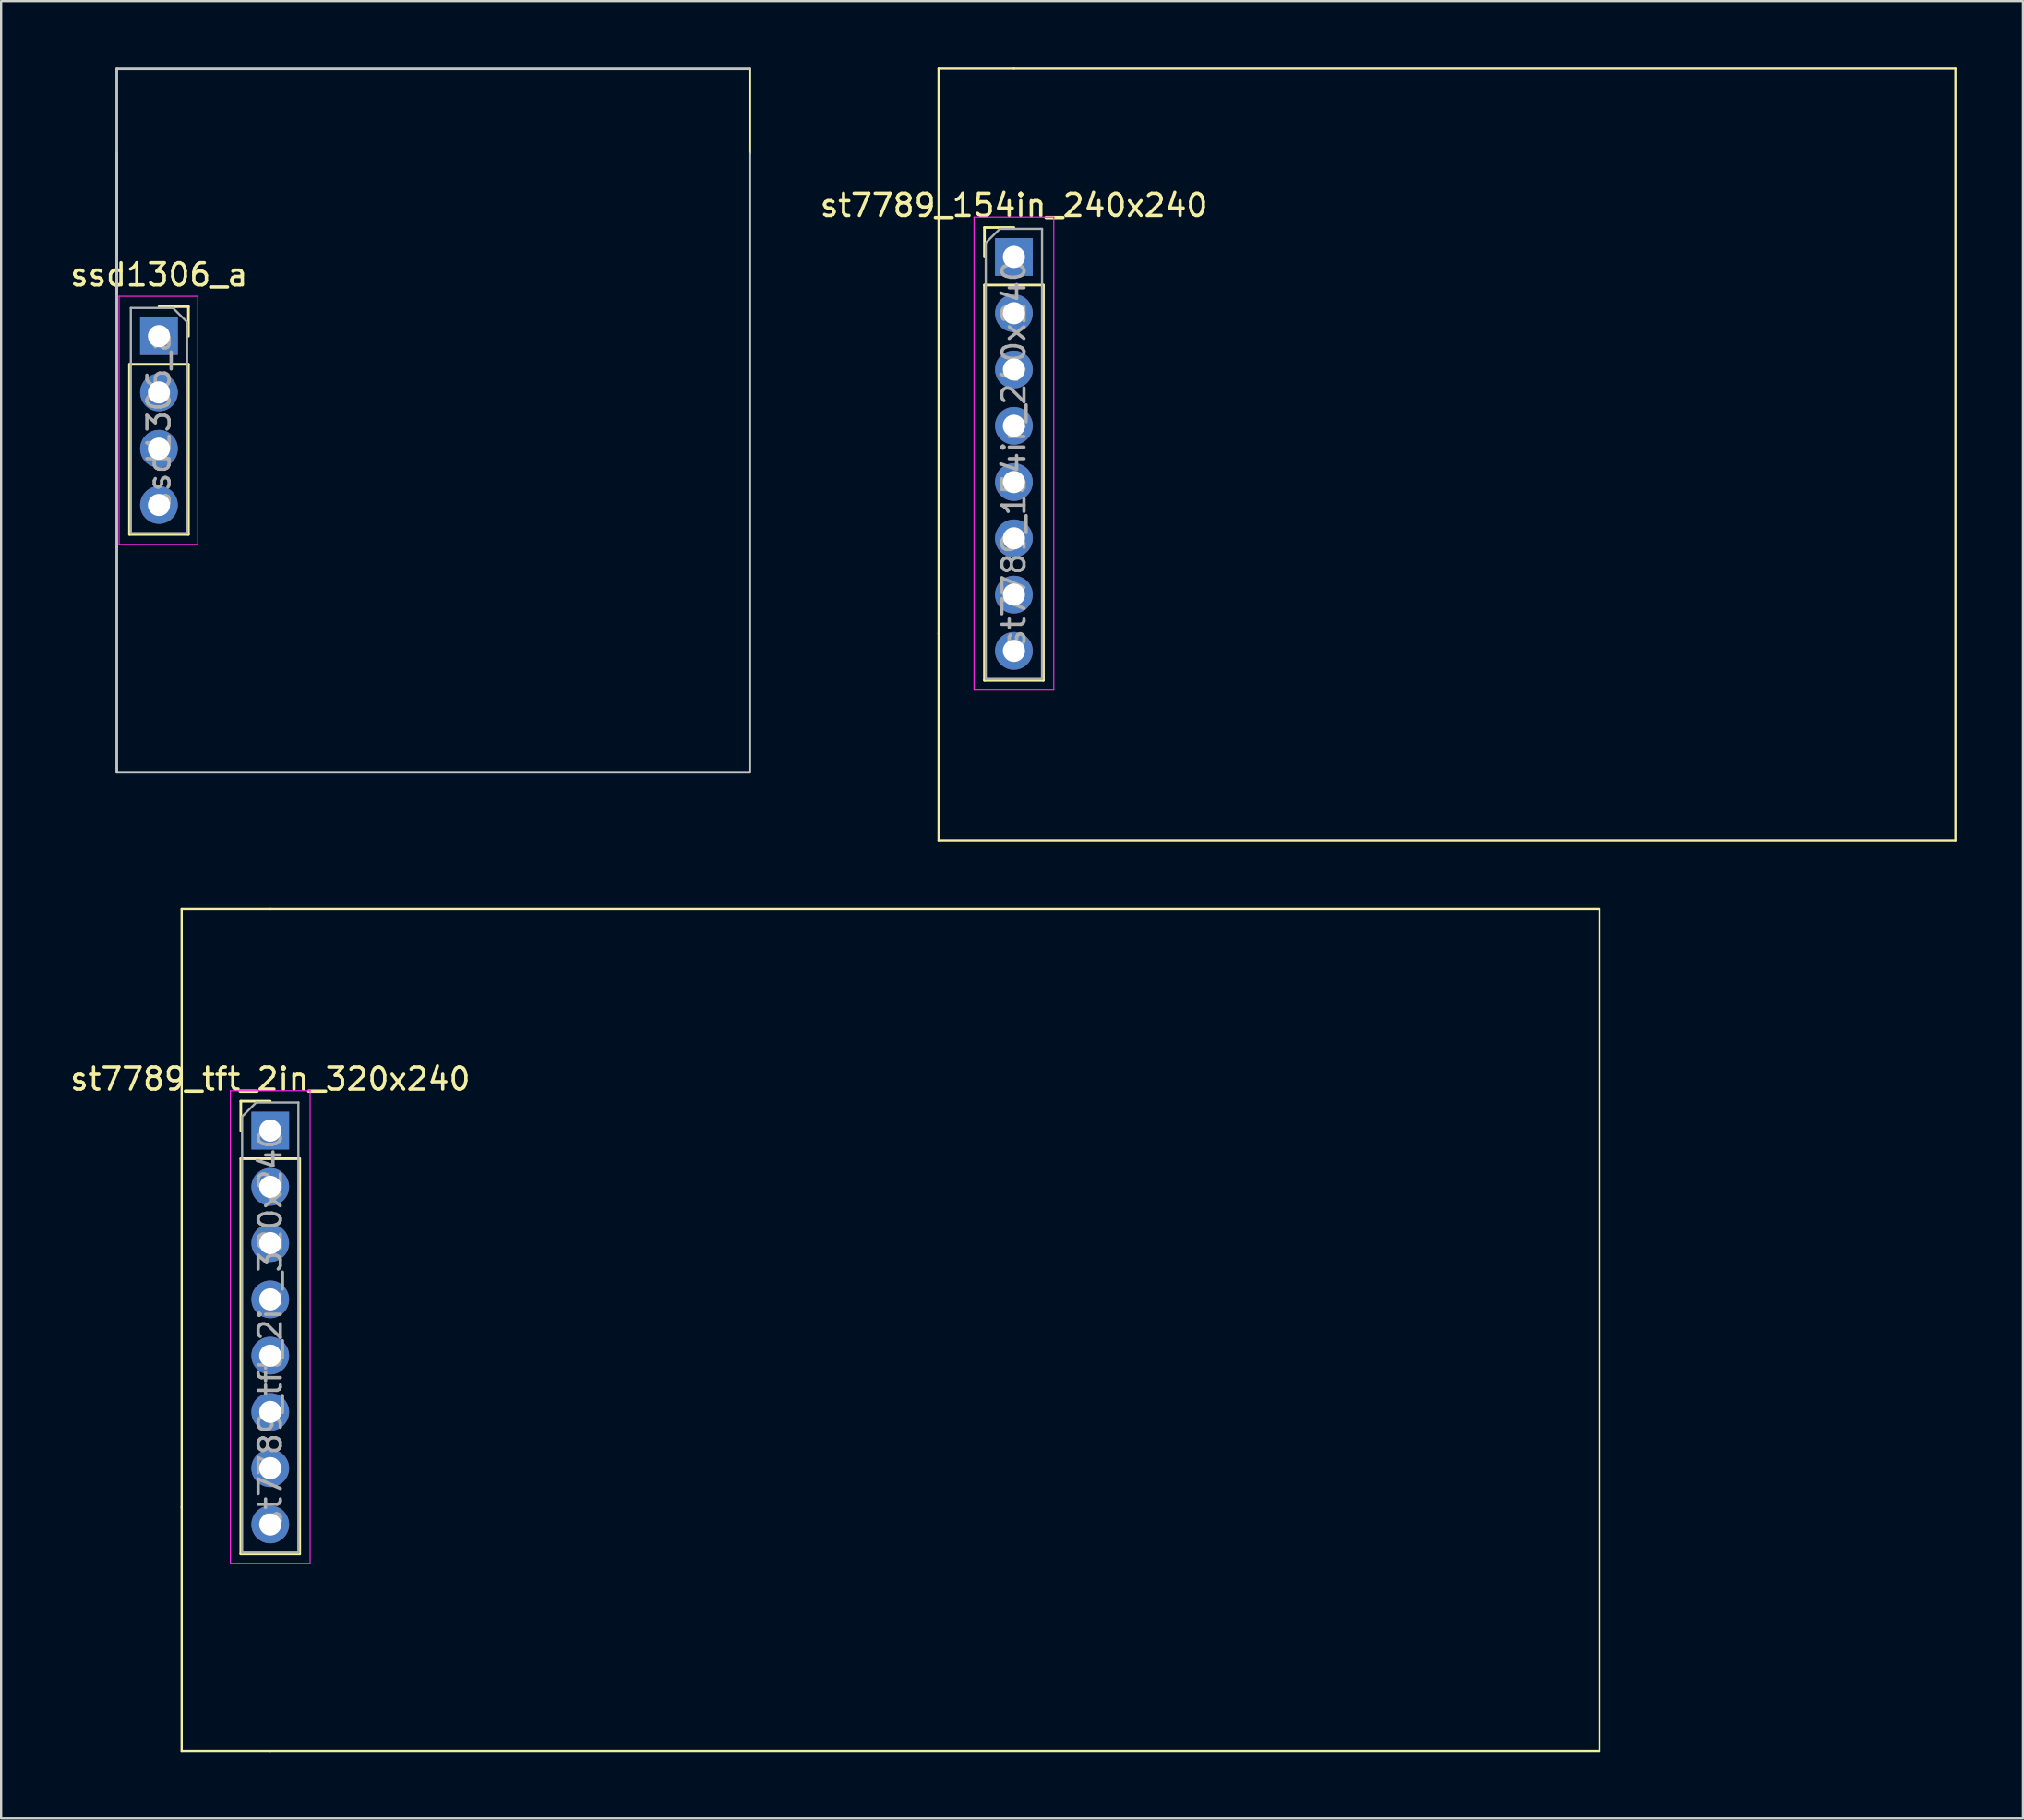
<source format=kicad_pcb>
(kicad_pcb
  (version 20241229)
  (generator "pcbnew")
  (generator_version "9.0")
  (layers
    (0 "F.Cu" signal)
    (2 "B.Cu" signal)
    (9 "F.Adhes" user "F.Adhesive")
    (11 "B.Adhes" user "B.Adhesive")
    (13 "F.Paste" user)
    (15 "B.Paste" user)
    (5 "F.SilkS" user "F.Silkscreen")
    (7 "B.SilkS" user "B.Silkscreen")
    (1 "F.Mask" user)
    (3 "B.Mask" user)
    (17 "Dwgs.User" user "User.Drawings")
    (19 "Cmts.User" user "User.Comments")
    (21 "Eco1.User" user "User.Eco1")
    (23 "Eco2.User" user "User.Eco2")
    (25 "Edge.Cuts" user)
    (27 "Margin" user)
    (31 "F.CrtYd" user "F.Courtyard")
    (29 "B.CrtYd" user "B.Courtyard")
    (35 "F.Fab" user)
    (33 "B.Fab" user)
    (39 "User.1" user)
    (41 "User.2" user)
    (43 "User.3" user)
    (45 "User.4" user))
  (footprint "st7789_154in_240x240"
    (layer "F.Cu")
    (at 42.718 8.55)
    (property "Reference" "st7789_154in_240x240" (at 0 -2.33 0) (layer "F.SilkS") (effects (font (size 1 1) (thickness 0.15))))
    (attr through_hole)
    (fp_line (start -3.4 17) (end -3.4 -8.5) (stroke (width 0.1) (type default)) (layer "F.SilkS"))
    (fp_line (start -3.4 17) (end -3.4 26.335) (stroke (width 0.1) (type default)) (layer "F.SilkS"))
    (fp_line (start -3.4 26.335) (end 42.5 26.335) (stroke (width 0.1) (type default)) (layer "F.SilkS"))
    (fp_line (start -1.33 -1.33) (end 0 -1.33) (stroke (width 0.12) (type solid)) (layer "F.SilkS"))
    (fp_line (start -1.33 0) (end -1.33 -1.33) (stroke (width 0.12) (type solid)) (layer "F.SilkS"))
    (fp_line (start -1.33 1.27) (end -1.33 19.11) (stroke (width 0.12) (type solid)) (layer "F.SilkS"))
    (fp_line (start -1.33 1.27) (end 1.33 1.27) (stroke (width 0.12) (type solid)) (layer "F.SilkS"))
    (fp_line (start -1.33 19.11) (end 1.33 19.11) (stroke (width 0.12) (type solid)) (layer "F.SilkS"))
    (fp_line (start 0 -8.5) (end -3.4 -8.5) (stroke (width 0.1) (type default)) (layer "F.SilkS"))
    (fp_line (start 0 -8.5) (end 42.5 -8.5) (stroke (width 0.1) (type default)) (layer "F.SilkS"))
    (fp_line (start 1.33 1.27) (end 1.33 19.11) (stroke (width 0.12) (type solid)) (layer "F.SilkS"))
    (fp_line (start 42.5 -8.5) (end 42.5 26.335) (stroke (width 0.1) (type default)) (layer "F.SilkS"))
    (fp_line (start -1.8 -1.8) (end -1.8 19.55) (stroke (width 0.05) (type solid)) (layer "F.CrtYd"))
    (fp_line (start -1.8 19.55) (end 1.8 19.55) (stroke (width 0.05) (type solid)) (layer "F.CrtYd"))
    (fp_line (start 1.8 -1.8) (end -1.8 -1.8) (stroke (width 0.05) (type solid)) (layer "F.CrtYd"))
    (fp_line (start 1.8 19.55) (end 1.8 -1.8) (stroke (width 0.05) (type solid)) (layer "F.CrtYd"))
    (fp_line (start -1.27 -0.635) (end -0.635 -1.27) (stroke (width 0.1) (type solid)) (layer "F.Fab"))
    (fp_line (start -1.27 19.05) (end -1.27 -0.635) (stroke (width 0.1) (type solid)) (layer "F.Fab"))
    (fp_line (start -0.635 -1.27) (end 1.27 -1.27) (stroke (width 0.1) (type solid)) (layer "F.Fab"))
    (fp_line (start 1.27 -1.27) (end 1.27 19.05) (stroke (width 0.1) (type solid)) (layer "F.Fab"))
    (fp_line (start 1.27 19.05) (end -1.27 19.05) (stroke (width 0.1) (type solid)) (layer "F.Fab"))
    (fp_text user "${REFERENCE}" (at 0 8.89 90) (layer "F.Fab") (effects (font (size 1 1) (thickness 0.15))))
    (pad "1" thru_hole rect (at 0 0) (size 1.7 1.7) (drill 1) (layers "*.Cu" "*.Mask"))
    (pad "2" thru_hole oval (at 0 2.54) (size 1.7 1.7) (drill 1) (layers "*.Cu" "*.Mask"))
    (pad "3" thru_hole oval (at 0 5.08) (size 1.7 1.7) (drill 1) (layers "*.Cu" "*.Mask"))
    (pad "4" thru_hole oval (at 0 7.62) (size 1.7 1.7) (drill 1) (layers "*.Cu" "*.Mask"))
    (pad "5" thru_hole oval (at 0 10.16) (size 1.7 1.7) (drill 1) (layers "*.Cu" "*.Mask"))
    (pad "6" thru_hole oval (at 0 12.7) (size 1.7 1.7) (drill 1) (layers "*.Cu" "*.Mask"))
    (pad "7" thru_hole oval (at 0 15.24) (size 1.7 1.7) (drill 1) (layers "*.Cu" "*.Mask"))
    (pad "8" thru_hole oval (at 0 17.78) (size 1.7 1.7) (drill 1) (layers "*.Cu" "*.Mask")))
  (footprint "ssd1306_a"
    (layer "F.Cu")
    (at 4.125 12.125)
    (property "Reference" "ssd1306_a" (at 0 -2.77 0) (layer "F.SilkS") (effects (font (size 1 1) (thickness 0.15))))
    (attr through_hole)
    (fp_line (start -1.33 1.27) (end -1.33 8.95) (stroke (width 0.12) (type solid)) (layer "F.SilkS"))
    (fp_line (start -1.33 1.27) (end 1.33 1.27) (stroke (width 0.12) (type solid)) (layer "F.SilkS"))
    (fp_line (start -1.33 8.95) (end 1.33 8.95) (stroke (width 0.12) (type solid)) (layer "F.SilkS"))
    (fp_line (start 0 -1.33) (end 1.33 -1.33) (stroke (width 0.12) (type solid)) (layer "F.SilkS"))
    (fp_line (start 1.33 -1.33) (end 1.33 0) (stroke (width 0.12) (type solid)) (layer "F.SilkS"))
    (fp_line (start 1.33 1.27) (end 1.33 8.95) (stroke (width 0.12) (type solid)) (layer "F.SilkS"))
    (fp_line (start 26.67 -12.065) (end 26.67 -8.255) (stroke (width 0.12) (type solid)) (layer "F.SilkS"))
    (fp_line (start -1.905 -12.065) (end 26.67 -12.065) (stroke (width 0.12) (type solid)) (layer "Dwgs.User"))
    (fp_line (start -1.905 -1.905) (end -1.905 -12.065) (stroke (width 0.12) (type solid)) (layer "Dwgs.User"))
    (fp_line (start -1.905 9.525) (end -1.905 -8.255) (stroke (width 0.12) (type solid)) (layer "Dwgs.User"))
    (fp_line (start -1.905 9.525) (end -1.905 19.685) (stroke (width 0.12) (type solid)) (layer "Dwgs.User"))
    (fp_line (start -1.905 19.685) (end 26.67 19.685) (stroke (width 0.12) (type solid)) (layer "Dwgs.User"))
    (fp_line (start 26.67 19.685) (end 26.67 -8.255) (stroke (width 0.12) (type solid)) (layer "Dwgs.User"))
    (fp_line (start -1.8 -1.8) (end 1.75 -1.8) (stroke (width 0.05) (type solid)) (layer "F.CrtYd"))
    (fp_line (start -1.8 9.4) (end -1.8 -1.8) (stroke (width 0.05) (type solid)) (layer "F.CrtYd"))
    (fp_line (start 1.75 -1.8) (end 1.75 9.4) (stroke (width 0.05) (type solid)) (layer "F.CrtYd"))
    (fp_line (start 1.75 9.4) (end -1.8 9.4) (stroke (width 0.05) (type solid)) (layer "F.CrtYd"))
    (fp_line (start -1.27 -1.27) (end 0.635 -1.27) (stroke (width 0.1) (type solid)) (layer "F.Fab"))
    (fp_line (start -1.27 8.89) (end -1.27 -1.27) (stroke (width 0.1) (type solid)) (layer "F.Fab"))
    (fp_line (start 0.635 -1.27) (end 1.27 -0.635) (stroke (width 0.1) (type solid)) (layer "F.Fab"))
    (fp_line (start 1.27 -0.635) (end 1.27 8.89) (stroke (width 0.1) (type solid)) (layer "F.Fab"))
    (fp_line (start 1.27 8.89) (end -1.27 8.89) (stroke (width 0.1) (type solid)) (layer "F.Fab"))
    (fp_text user "${REFERENCE}" (at 0 3.81 90) (layer "F.Fab") (effects (font (size 1 1) (thickness 0.15))))
    (pad "1" thru_hole oval (at 0 7.62) (size 1.7 1.7) (drill 1) (layers "*.Cu" "*.Mask"))
    (pad "2" thru_hole oval (at 0 5.08) (size 1.7 1.7) (drill 1) (layers "*.Cu" "*.Mask"))
    (pad "3" thru_hole oval (at 0 2.54) (size 1.7 1.7) (drill 1) (layers "*.Cu" "*.Mask"))
    (pad "4" thru_hole rect (at 0 0) (size 1.7 1.7) (drill 1) (layers "*.Cu" "*.Mask")))
  (footprint "st7789_tft_2in_320x240"
    (layer "F.Cu")
    (at 9.149 47.985)
    (property "Reference" "st7789_tft_2in_320x240" (at 0 -2.33 0) (layer "F.SilkS") (effects (font (size 1 1) (thickness 0.15))))
    (attr through_hole)
    (fp_line (start -4 -10) (end 0 -10) (stroke (width 0.1) (type default)) (layer "F.SilkS"))
    (fp_line (start -4 17) (end -4 -10) (stroke (width 0.1) (type default)) (layer "F.SilkS"))
    (fp_line (start -4 17) (end -4 28) (stroke (width 0.1) (type default)) (layer "F.SilkS"))
    (fp_line (start -4 28) (end 0 28) (stroke (width 0.1) (type default)) (layer "F.SilkS"))
    (fp_line (start -1.33 -1.33) (end 0 -1.33) (stroke (width 0.12) (type solid)) (layer "F.SilkS"))
    (fp_line (start -1.33 0) (end -1.33 -1.33) (stroke (width 0.12) (type solid)) (layer "F.SilkS"))
    (fp_line (start -1.33 1.27) (end -1.33 19.11) (stroke (width 0.12) (type solid)) (layer "F.SilkS"))
    (fp_line (start -1.33 1.27) (end 1.33 1.27) (stroke (width 0.12) (type solid)) (layer "F.SilkS"))
    (fp_line (start -1.33 19.11) (end 1.33 19.11) (stroke (width 0.12) (type solid)) (layer "F.SilkS"))
    (fp_line (start 0 -10) (end 60 -10) (stroke (width 0.1) (type default)) (layer "F.SilkS"))
    (fp_line (start 0 28) (end 60 28) (stroke (width 0.1) (type default)) (layer "F.SilkS"))
    (fp_line (start 1.33 1.27) (end 1.33 19.11) (stroke (width 0.12) (type solid)) (layer "F.SilkS"))
    (fp_line (start 60 -10) (end 60 28) (stroke (width 0.1) (type default)) (layer "F.SilkS"))
    (fp_line (start -1.8 -1.8) (end -1.8 19.55) (stroke (width 0.05) (type solid)) (layer "F.CrtYd"))
    (fp_line (start -1.8 19.55) (end 1.8 19.55) (stroke (width 0.05) (type solid)) (layer "F.CrtYd"))
    (fp_line (start 1.8 -1.8) (end -1.8 -1.8) (stroke (width 0.05) (type solid)) (layer "F.CrtYd"))
    (fp_line (start 1.8 19.55) (end 1.8 -1.8) (stroke (width 0.05) (type solid)) (layer "F.CrtYd"))
    (fp_line (start -1.27 -0.635) (end -0.635 -1.27) (stroke (width 0.1) (type solid)) (layer "F.Fab"))
    (fp_line (start -1.27 19.05) (end -1.27 -0.635) (stroke (width 0.1) (type solid)) (layer "F.Fab"))
    (fp_line (start -0.635 -1.27) (end 1.27 -1.27) (stroke (width 0.1) (type solid)) (layer "F.Fab"))
    (fp_line (start 1.27 -1.27) (end 1.27 19.05) (stroke (width 0.1) (type solid)) (layer "F.Fab"))
    (fp_line (start 1.27 19.05) (end -1.27 19.05) (stroke (width 0.1) (type solid)) (layer "F.Fab"))
    (fp_text user "${REFERENCE}" (at 0 8.89 90) (layer "F.Fab") (effects (font (size 1 1) (thickness 0.15))))
    (pad "1" thru_hole rect (at 0 0) (size 1.7 1.7) (drill 1) (layers "*.Cu" "*.Mask"))
    (pad "2" thru_hole oval (at 0 2.54) (size 1.7 1.7) (drill 1) (layers "*.Cu" "*.Mask"))
    (pad "3" thru_hole oval (at 0 5.08) (size 1.7 1.7) (drill 1) (layers "*.Cu" "*.Mask"))
    (pad "4" thru_hole oval (at 0 7.62) (size 1.7 1.7) (drill 1) (layers "*.Cu" "*.Mask"))
    (pad "5" thru_hole oval (at 0 10.16) (size 1.7 1.7) (drill 1) (layers "*.Cu" "*.Mask"))
    (pad "6" thru_hole oval (at 0 12.7) (size 1.7 1.7) (drill 1) (layers "*.Cu" "*.Mask"))
    (pad "7" thru_hole oval (at 0 15.24) (size 1.7 1.7) (drill 1) (layers "*.Cu" "*.Mask"))
    (pad "8" thru_hole oval (at 0 17.78) (size 1.7 1.7) (drill 1) (layers "*.Cu" "*.Mask")))
  (gr_rect
    (start -3 -3)
    (end 88.268 79.035)
    (stroke (width 0.1) (type default))
    (fill no)
    (layer "Edge.Cuts")))
</source>
